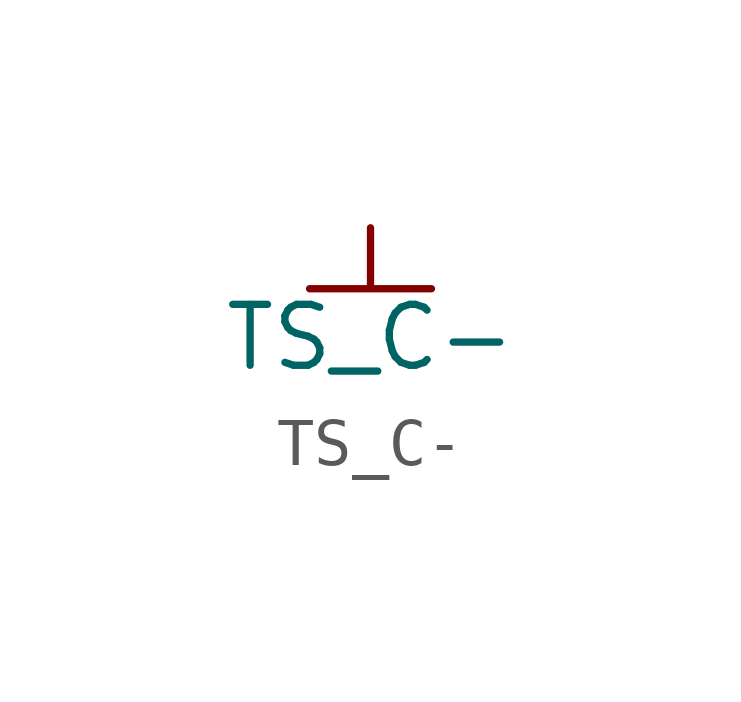
<source format=kicad_sym>
(kicad_symbol_lib
  (version 20231120)
  (generator "kicad_symbol_editor")
  (generator_version "8.0")
  (symbol "TS_C-"
    (power)
    (pin_names
      (offset 0))
    (property "Reference" "#PWR"
      (at 0 -6.35 0)
      (effects (font (size 1.27 1.27)) (hide yes)))
    (property "Value" "TS_C-"
      (at 0 -2.286 0)
      (effects (font (size 1.27 1.27))))
    (symbol "TS_C-_0_1"
      (polyline (pts (xy 0 0) (xy 0 -1.27) (xy -1.27 -1.27) (xy 1.27 -1.27) (xy 0 -1.27)) (stroke (width 0) (type default)) (fill (type none))))
    (symbol "TS_C-_1_1"
      (pin power_in line (at 0 0 270) (length 0) hide (name "TS_C-" (effects (font (size 1.27 1.27)))) (number "1" (effects (font (size 1.27 1.27))))))))
</source>
